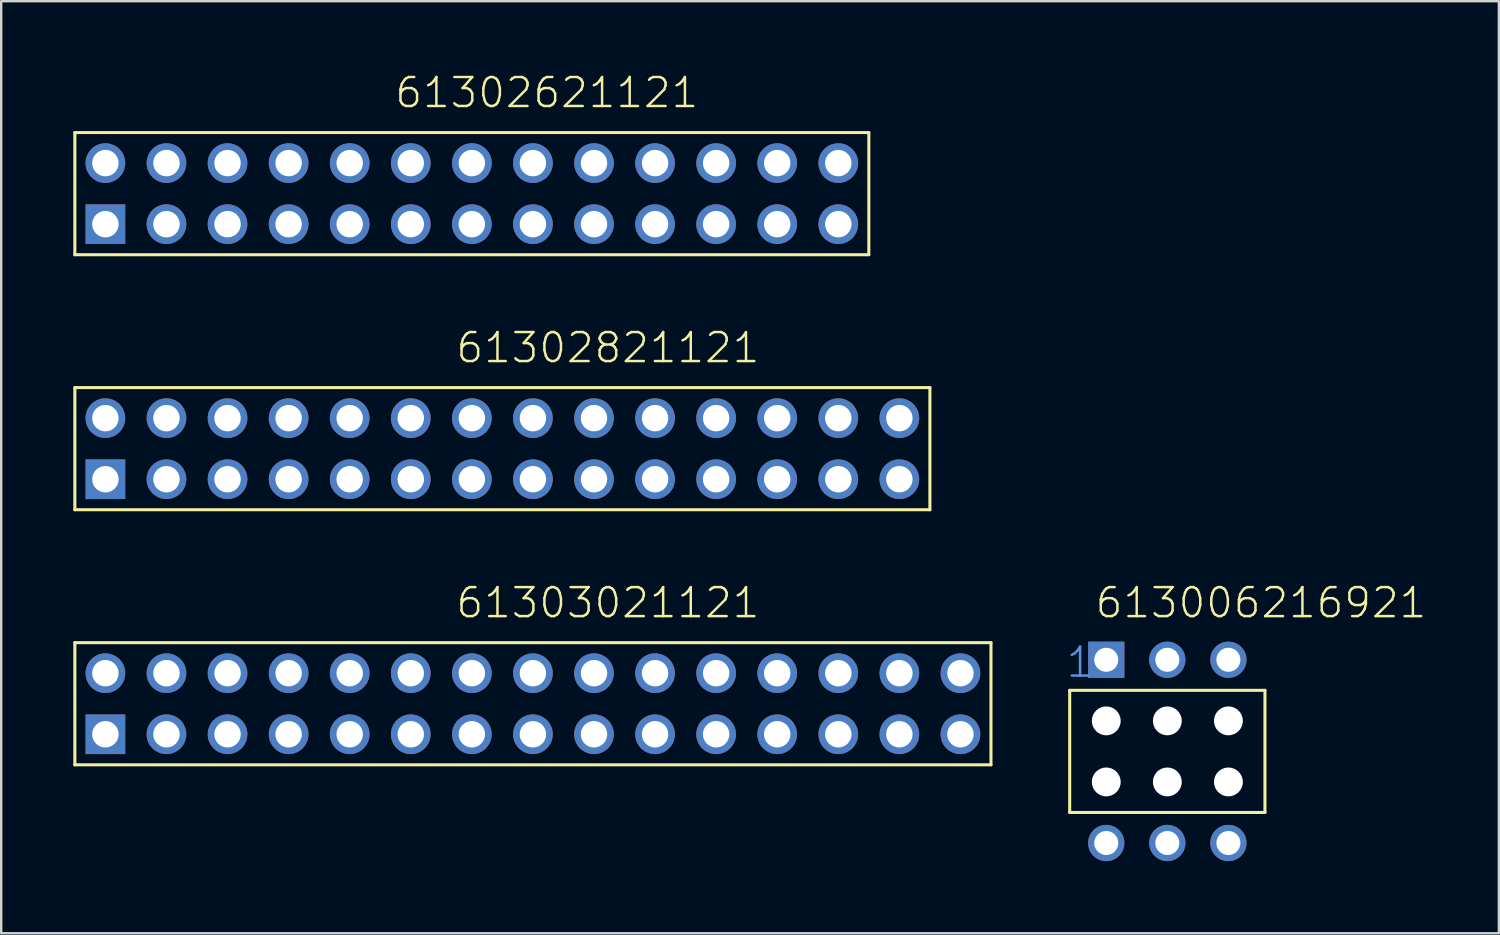
<source format=kicad_pcb>
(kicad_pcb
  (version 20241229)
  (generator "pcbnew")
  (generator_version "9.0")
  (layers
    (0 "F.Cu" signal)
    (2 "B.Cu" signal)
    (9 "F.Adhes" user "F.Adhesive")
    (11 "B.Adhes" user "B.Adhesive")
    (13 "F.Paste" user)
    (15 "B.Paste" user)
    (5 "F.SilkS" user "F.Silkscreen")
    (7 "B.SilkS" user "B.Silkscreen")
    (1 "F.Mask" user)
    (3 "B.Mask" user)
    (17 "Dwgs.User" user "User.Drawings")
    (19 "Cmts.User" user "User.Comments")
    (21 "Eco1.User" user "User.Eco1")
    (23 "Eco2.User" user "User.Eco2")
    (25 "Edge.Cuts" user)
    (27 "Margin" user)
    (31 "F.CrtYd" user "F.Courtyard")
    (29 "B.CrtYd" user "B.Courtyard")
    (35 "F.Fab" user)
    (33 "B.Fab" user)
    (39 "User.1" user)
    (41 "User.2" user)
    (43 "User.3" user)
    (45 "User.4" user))
  (footprint "61303021121"
    (layer "F.Cu")
    (at 19.113 26.217)
    (property "Reference" "61303021121" (at -3.265 -3.492 0) (layer "F.SilkS") (effects (font (size 1.206 1.206) (thickness 0.102)) (justify left bottom)))
    (attr through_hole)
    (fp_line (start -19.05 -2.54) (end 19.05 -2.54) (stroke (width 0.127) (type solid)) (layer "F.SilkS"))
    (fp_line (start -19.05 2.54) (end -19.05 -2.54) (stroke (width 0.127) (type solid)) (layer "F.SilkS"))
    (fp_line (start 19.05 -2.54) (end 19.05 2.54) (stroke (width 0.127) (type solid)) (layer "F.SilkS"))
    (fp_line (start 19.05 2.54) (end -19.05 2.54) (stroke (width 0.127) (type solid)) (layer "F.SilkS"))
    (pad "1" thru_hole rect (at -17.78 1.27) (size 1.65 1.65) (drill 1.1) (layers "*.Cu" "*.Mask"))
    (pad "2" thru_hole circle (at -15.24 1.27) (size 1.65 1.65) (drill 1.1) (layers "*.Cu" "*.Mask"))
    (pad "3" thru_hole circle (at -12.7 1.27) (size 1.65 1.65) (drill 1.1) (layers "*.Cu" "*.Mask"))
    (pad "4" thru_hole circle (at -10.16 1.27) (size 1.65 1.65) (drill 1.1) (layers "*.Cu" "*.Mask"))
    (pad "5" thru_hole circle (at -7.62 1.27) (size 1.65 1.65) (drill 1.1) (layers "*.Cu" "*.Mask"))
    (pad "6" thru_hole circle (at -5.08 1.27) (size 1.65 1.65) (drill 1.1) (layers "*.Cu" "*.Mask"))
    (pad "7" thru_hole circle (at -2.54 1.27) (size 1.65 1.65) (drill 1.1) (layers "*.Cu" "*.Mask"))
    (pad "8" thru_hole circle (at 0 1.27) (size 1.65 1.65) (drill 1.1) (layers "*.Cu" "*.Mask"))
    (pad "9" thru_hole circle (at 2.54 1.27) (size 1.65 1.65) (drill 1.1) (layers "*.Cu" "*.Mask"))
    (pad "10" thru_hole circle (at 5.08 1.27) (size 1.65 1.65) (drill 1.1) (layers "*.Cu" "*.Mask"))
    (pad "11" thru_hole circle (at 7.62 1.27) (size 1.65 1.65) (drill 1.1) (layers "*.Cu" "*.Mask"))
    (pad "12" thru_hole circle (at 10.16 1.27) (size 1.65 1.65) (drill 1.1) (layers "*.Cu" "*.Mask"))
    (pad "13" thru_hole circle (at 12.7 1.27) (size 1.65 1.65) (drill 1.1) (layers "*.Cu" "*.Mask"))
    (pad "14" thru_hole circle (at 15.24 1.27) (size 1.65 1.65) (drill 1.1) (layers "*.Cu" "*.Mask"))
    (pad "15" thru_hole circle (at 17.78 1.27) (size 1.65 1.65) (drill 1.1) (layers "*.Cu" "*.Mask"))
    (pad "16" thru_hole circle (at 17.78 -1.27) (size 1.65 1.65) (drill 1.1) (layers "*.Cu" "*.Mask"))
    (pad "17" thru_hole circle (at 15.24 -1.27) (size 1.65 1.65) (drill 1.1) (layers "*.Cu" "*.Mask"))
    (pad "18" thru_hole circle (at 12.7 -1.27) (size 1.65 1.65) (drill 1.1) (layers "*.Cu" "*.Mask"))
    (pad "19" thru_hole circle (at 10.16 -1.27) (size 1.65 1.65) (drill 1.1) (layers "*.Cu" "*.Mask"))
    (pad "20" thru_hole circle (at 7.62 -1.27) (size 1.65 1.65) (drill 1.1) (layers "*.Cu" "*.Mask"))
    (pad "21" thru_hole circle (at 5.08 -1.27) (size 1.65 1.65) (drill 1.1) (layers "*.Cu" "*.Mask"))
    (pad "22" thru_hole circle (at 2.54 -1.27) (size 1.65 1.65) (drill 1.1) (layers "*.Cu" "*.Mask"))
    (pad "23" thru_hole circle (at 0 -1.27) (size 1.65 1.65) (drill 1.1) (layers "*.Cu" "*.Mask"))
    (pad "24" thru_hole circle (at -2.54 -1.27) (size 1.65 1.65) (drill 1.1) (layers "*.Cu" "*.Mask"))
    (pad "25" thru_hole circle (at -5.08 -1.27) (size 1.65 1.65) (drill 1.1) (layers "*.Cu" "*.Mask"))
    (pad "26" thru_hole circle (at -7.62 -1.27) (size 1.65 1.65) (drill 1.1) (layers "*.Cu" "*.Mask"))
    (pad "27" thru_hole circle (at -10.16 -1.27) (size 1.65 1.65) (drill 1.1) (layers "*.Cu" "*.Mask"))
    (pad "28" thru_hole circle (at -12.7 -1.27) (size 1.65 1.65) (drill 1.1) (layers "*.Cu" "*.Mask"))
    (pad "29" thru_hole circle (at -15.24 -1.27) (size 1.65 1.65) (drill 1.1) (layers "*.Cu" "*.Mask"))
    (pad "30" thru_hole circle (at -17.78 -1.27) (size 1.65 1.65) (drill 1.1) (layers "*.Cu" "*.Mask")))
  (footprint "61302621121"
    (layer "F.Cu")
    (at 16.573 5.003)
    (property "Reference" "61302621121" (at -3.265 -3.492 0) (layer "F.SilkS") (effects (font (size 1.206 1.206) (thickness 0.102)) (justify left bottom)))
    (attr through_hole)
    (fp_line (start -16.51 -2.54) (end 16.51 -2.54) (stroke (width 0.127) (type solid)) (layer "F.SilkS"))
    (fp_line (start -16.51 2.54) (end -16.51 -2.54) (stroke (width 0.127) (type solid)) (layer "F.SilkS"))
    (fp_line (start 16.51 -2.54) (end 16.51 2.54) (stroke (width 0.127) (type solid)) (layer "F.SilkS"))
    (fp_line (start 16.51 2.54) (end -16.51 2.54) (stroke (width 0.127) (type solid)) (layer "F.SilkS"))
    (pad "1" thru_hole rect (at -15.24 1.27) (size 1.65 1.65) (drill 1.1) (layers "*.Cu" "*.Mask"))
    (pad "2" thru_hole circle (at -12.7 1.27) (size 1.65 1.65) (drill 1.1) (layers "*.Cu" "*.Mask"))
    (pad "3" thru_hole circle (at -10.16 1.27) (size 1.65 1.65) (drill 1.1) (layers "*.Cu" "*.Mask"))
    (pad "4" thru_hole circle (at -7.62 1.27) (size 1.65 1.65) (drill 1.1) (layers "*.Cu" "*.Mask"))
    (pad "5" thru_hole circle (at -5.08 1.27) (size 1.65 1.65) (drill 1.1) (layers "*.Cu" "*.Mask"))
    (pad "6" thru_hole circle (at -2.54 1.27) (size 1.65 1.65) (drill 1.1) (layers "*.Cu" "*.Mask"))
    (pad "7" thru_hole circle (at 0 1.27) (size 1.65 1.65) (drill 1.1) (layers "*.Cu" "*.Mask"))
    (pad "8" thru_hole circle (at 2.54 1.27) (size 1.65 1.65) (drill 1.1) (layers "*.Cu" "*.Mask"))
    (pad "9" thru_hole circle (at 5.08 1.27) (size 1.65 1.65) (drill 1.1) (layers "*.Cu" "*.Mask"))
    (pad "10" thru_hole circle (at 7.62 1.27) (size 1.65 1.65) (drill 1.1) (layers "*.Cu" "*.Mask"))
    (pad "11" thru_hole circle (at 10.16 1.27) (size 1.65 1.65) (drill 1.1) (layers "*.Cu" "*.Mask"))
    (pad "12" thru_hole circle (at 12.7 1.27) (size 1.65 1.65) (drill 1.1) (layers "*.Cu" "*.Mask"))
    (pad "13" thru_hole circle (at 15.24 1.27) (size 1.65 1.65) (drill 1.1) (layers "*.Cu" "*.Mask"))
    (pad "14" thru_hole circle (at 15.24 -1.27) (size 1.65 1.65) (drill 1.1) (layers "*.Cu" "*.Mask"))
    (pad "15" thru_hole circle (at 12.7 -1.27) (size 1.65 1.65) (drill 1.1) (layers "*.Cu" "*.Mask"))
    (pad "16" thru_hole circle (at 10.16 -1.27) (size 1.65 1.65) (drill 1.1) (layers "*.Cu" "*.Mask"))
    (pad "17" thru_hole circle (at 7.62 -1.27) (size 1.65 1.65) (drill 1.1) (layers "*.Cu" "*.Mask"))
    (pad "18" thru_hole circle (at 5.08 -1.27) (size 1.65 1.65) (drill 1.1) (layers "*.Cu" "*.Mask"))
    (pad "19" thru_hole circle (at 2.54 -1.27) (size 1.65 1.65) (drill 1.1) (layers "*.Cu" "*.Mask"))
    (pad "20" thru_hole circle (at 0 -1.27) (size 1.65 1.65) (drill 1.1) (layers "*.Cu" "*.Mask"))
    (pad "21" thru_hole circle (at -2.54 -1.27) (size 1.65 1.65) (drill 1.1) (layers "*.Cu" "*.Mask"))
    (pad "22" thru_hole circle (at -5.08 -1.27) (size 1.65 1.65) (drill 1.1) (layers "*.Cu" "*.Mask"))
    (pad "23" thru_hole circle (at -7.62 -1.27) (size 1.65 1.65) (drill 1.1) (layers "*.Cu" "*.Mask"))
    (pad "24" thru_hole circle (at -10.16 -1.27) (size 1.65 1.65) (drill 1.1) (layers "*.Cu" "*.Mask"))
    (pad "25" thru_hole circle (at -12.7 -1.27) (size 1.65 1.65) (drill 1.1) (layers "*.Cu" "*.Mask"))
    (pad "26" thru_hole circle (at -15.24 -1.27) (size 1.65 1.65) (drill 1.1) (layers "*.Cu" "*.Mask")))
  (footprint "61302821121"
    (layer "F.Cu")
    (at 19.113 15.61)
    (property "Reference" "61302821121" (at -3.265 -3.492 0) (layer "F.SilkS") (effects (font (size 1.206 1.206) (thickness 0.102)) (justify left bottom)))
    (attr through_hole)
    (fp_line (start -19.05 -2.54) (end 16.51 -2.54) (stroke (width 0.127) (type solid)) (layer "F.SilkS"))
    (fp_line (start -19.05 2.54) (end -19.05 -2.54) (stroke (width 0.127) (type solid)) (layer "F.SilkS"))
    (fp_line (start 16.51 -2.54) (end 16.51 2.54) (stroke (width 0.127) (type solid)) (layer "F.SilkS"))
    (fp_line (start 16.51 2.54) (end -19.05 2.54) (stroke (width 0.127) (type solid)) (layer "F.SilkS"))
    (pad "1" thru_hole rect (at -17.78 1.27) (size 1.65 1.65) (drill 1.1) (layers "*.Cu" "*.Mask"))
    (pad "2" thru_hole circle (at -15.24 1.27) (size 1.65 1.65) (drill 1.1) (layers "*.Cu" "*.Mask"))
    (pad "3" thru_hole circle (at -12.7 1.27) (size 1.65 1.65) (drill 1.1) (layers "*.Cu" "*.Mask"))
    (pad "4" thru_hole circle (at -10.16 1.27) (size 1.65 1.65) (drill 1.1) (layers "*.Cu" "*.Mask"))
    (pad "5" thru_hole circle (at -7.62 1.27) (size 1.65 1.65) (drill 1.1) (layers "*.Cu" "*.Mask"))
    (pad "6" thru_hole circle (at -5.08 1.27) (size 1.65 1.65) (drill 1.1) (layers "*.Cu" "*.Mask"))
    (pad "7" thru_hole circle (at -2.54 1.27) (size 1.65 1.65) (drill 1.1) (layers "*.Cu" "*.Mask"))
    (pad "8" thru_hole circle (at 0 1.27) (size 1.65 1.65) (drill 1.1) (layers "*.Cu" "*.Mask"))
    (pad "9" thru_hole circle (at 2.54 1.27) (size 1.65 1.65) (drill 1.1) (layers "*.Cu" "*.Mask"))
    (pad "10" thru_hole circle (at 5.08 1.27) (size 1.65 1.65) (drill 1.1) (layers "*.Cu" "*.Mask"))
    (pad "11" thru_hole circle (at 7.62 1.27) (size 1.65 1.65) (drill 1.1) (layers "*.Cu" "*.Mask"))
    (pad "12" thru_hole circle (at 10.16 1.27) (size 1.65 1.65) (drill 1.1) (layers "*.Cu" "*.Mask"))
    (pad "13" thru_hole circle (at 12.7 1.27) (size 1.65 1.65) (drill 1.1) (layers "*.Cu" "*.Mask"))
    (pad "14" thru_hole circle (at 15.24 1.27) (size 1.65 1.65) (drill 1.1) (layers "*.Cu" "*.Mask"))
    (pad "15" thru_hole circle (at 15.24 -1.27) (size 1.65 1.65) (drill 1.1) (layers "*.Cu" "*.Mask"))
    (pad "16" thru_hole circle (at 12.7 -1.27) (size 1.65 1.65) (drill 1.1) (layers "*.Cu" "*.Mask"))
    (pad "17" thru_hole circle (at 10.16 -1.27) (size 1.65 1.65) (drill 1.1) (layers "*.Cu" "*.Mask"))
    (pad "18" thru_hole circle (at 7.62 -1.27) (size 1.65 1.65) (drill 1.1) (layers "*.Cu" "*.Mask"))
    (pad "19" thru_hole circle (at 5.08 -1.27) (size 1.65 1.65) (drill 1.1) (layers "*.Cu" "*.Mask"))
    (pad "20" thru_hole circle (at 2.54 -1.27) (size 1.65 1.65) (drill 1.1) (layers "*.Cu" "*.Mask"))
    (pad "21" thru_hole circle (at 0 -1.27) (size 1.65 1.65) (drill 1.1) (layers "*.Cu" "*.Mask"))
    (pad "22" thru_hole circle (at -2.54 -1.27) (size 1.65 1.65) (drill 1.1) (layers "*.Cu" "*.Mask"))
    (pad "23" thru_hole circle (at -5.08 -1.27) (size 1.65 1.65) (drill 1.1) (layers "*.Cu" "*.Mask"))
    (pad "24" thru_hole circle (at -7.62 -1.27) (size 1.65 1.65) (drill 1.1) (layers "*.Cu" "*.Mask"))
    (pad "25" thru_hole circle (at -10.16 -1.27) (size 1.65 1.65) (drill 1.1) (layers "*.Cu" "*.Mask"))
    (pad "26" thru_hole circle (at -12.7 -1.27) (size 1.65 1.65) (drill 1.1) (layers "*.Cu" "*.Mask"))
    (pad "27" thru_hole circle (at -15.24 -1.27) (size 1.65 1.65) (drill 1.1) (layers "*.Cu" "*.Mask"))
    (pad "28" thru_hole circle (at -17.78 -1.27) (size 1.65 1.65) (drill 1.1) (layers "*.Cu" "*.Mask")))
  (footprint "613006216921"
    (layer "F.Cu")
    (at 45.497 28.199)
    (property "Reference" "613006216921" (at -3.063 -5.474 0) (layer "F.SilkS") (effects (font (size 1.206 1.206) (thickness 0.102)) (justify left bottom)))
    (attr through_hole)
    (fp_line (start -4.06 -2.54) (end -4.06 2.54) (stroke (width 0.127) (type solid)) (layer "F.SilkS"))
    (fp_line (start -4.06 2.54) (end 4.06 2.54) (stroke (width 0.127) (type solid)) (layer "F.SilkS"))
    (fp_line (start 4.06 -2.54) (end -4.06 -2.54) (stroke (width 0.127) (type solid)) (layer "F.SilkS"))
    (fp_line (start 4.06 2.54) (end 4.06 -2.54) (stroke (width 0.127) (type solid)) (layer "F.SilkS"))
    (fp_text user "1" (at -4.27 -3 0) (layer "Cmts.User") (effects (font (size 1.206 1.206) (thickness 0.102)) (justify left bottom)))
    (pad "" np_thru_hole circle (at -2.54 -1.27) (size 1.2 1.2) (drill 1.2) (layers "*.Cu"))
    (pad "" np_thru_hole circle (at -2.54 1.27) (size 1.2 1.2) (drill 1.2) (layers "*.Cu"))
    (pad "" np_thru_hole circle (at 0 -1.27) (size 1.2 1.2) (drill 1.2) (layers "*.Cu"))
    (pad "" np_thru_hole circle (at 0 1.27) (size 1.2 1.2) (drill 1.2) (layers "*.Cu"))
    (pad "" np_thru_hole circle (at 2.54 -1.27) (size 1.2 1.2) (drill 1.2) (layers "*.Cu"))
    (pad "" np_thru_hole circle (at 2.54 1.27) (size 1.2 1.2) (drill 1.2) (layers "*.Cu"))
    (pad "1" thru_hole rect (at -2.54 -3.81) (size 1.508 1.508) (drill 1) (layers "*.Cu" "*.Mask"))
    (pad "2" thru_hole circle (at 0 -3.81) (size 1.508 1.508) (drill 1) (layers "*.Cu" "*.Mask"))
    (pad "3" thru_hole circle (at 2.54 -3.81) (size 1.508 1.508) (drill 1) (layers "*.Cu" "*.Mask"))
    (pad "4" thru_hole circle (at 2.54 3.81) (size 1.508 1.508) (drill 1) (layers "*.Cu" "*.Mask"))
    (pad "5" thru_hole circle (at 0 3.81) (size 1.508 1.508) (drill 1) (layers "*.Cu" "*.Mask"))
    (pad "6" thru_hole circle (at -2.54 3.81) (size 1.508 1.508) (drill 1) (layers "*.Cu" "*.Mask")))
  (gr_rect
    (start -3 -3)
    (end 59.286 35.763)
    (stroke (width 0.1) (type default))
    (fill no)
    (layer "Edge.Cuts")))
</source>
